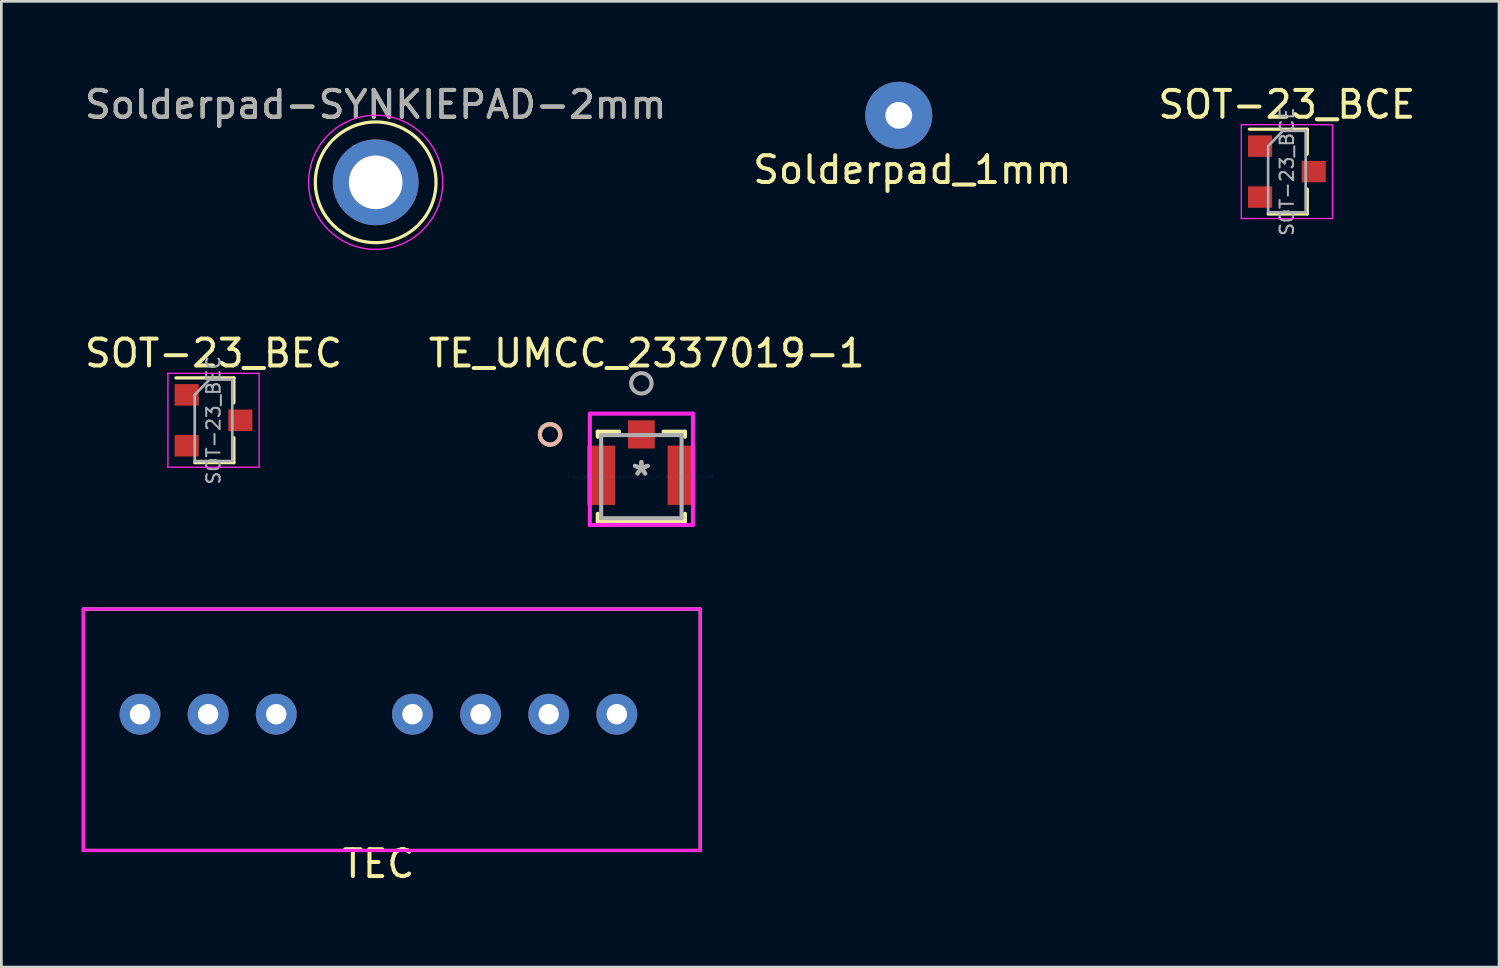
<source format=kicad_pcb>
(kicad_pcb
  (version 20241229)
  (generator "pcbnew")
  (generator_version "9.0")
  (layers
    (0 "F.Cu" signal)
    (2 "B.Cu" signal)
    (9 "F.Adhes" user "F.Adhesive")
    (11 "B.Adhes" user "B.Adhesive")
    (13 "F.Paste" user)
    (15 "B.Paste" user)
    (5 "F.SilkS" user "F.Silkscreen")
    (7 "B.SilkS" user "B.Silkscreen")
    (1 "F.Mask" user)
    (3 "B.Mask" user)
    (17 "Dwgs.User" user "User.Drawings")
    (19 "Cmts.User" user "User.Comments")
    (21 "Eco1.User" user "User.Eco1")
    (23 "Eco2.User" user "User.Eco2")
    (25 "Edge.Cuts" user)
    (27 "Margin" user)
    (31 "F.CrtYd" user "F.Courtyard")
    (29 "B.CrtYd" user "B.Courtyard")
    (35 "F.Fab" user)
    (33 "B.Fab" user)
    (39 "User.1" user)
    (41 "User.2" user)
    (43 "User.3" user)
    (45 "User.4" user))
  (footprint "TEC"
    (layer "F.Cu")
    (at 11.06 28.661)
    (property "Reference" "TEC" (at 0 0.5 0) (layer "F.SilkS") (effects (font (size 1 1) (thickness 0.15))))
    (attr through_hole)
    (fp_line (start -11 -9) (end -11 0) (stroke (width 0.12) (type solid)) (layer "F.SilkS"))
    (fp_line (start -11 0) (end 12 0) (stroke (width 0.12) (type solid)) (layer "F.SilkS"))
    (fp_line (start 12 -9) (end -11 -9) (stroke (width 0.12) (type solid)) (layer "F.SilkS"))
    (fp_line (start 12 0) (end 12 -9) (stroke (width 0.12) (type solid)) (layer "F.SilkS"))
    (fp_line (start -11 -9) (end -11 0) (stroke (width 0.12) (type solid)) (layer "F.CrtYd"))
    (fp_line (start -11 0) (end 12 0) (stroke (width 0.12) (type solid)) (layer "F.CrtYd"))
    (fp_line (start 12 -9) (end -11 -9) (stroke (width 0.12) (type solid)) (layer "F.CrtYd"))
    (fp_line (start 12 -5) (end 12 -9) (stroke (width 0.12) (type solid)) (layer "F.CrtYd"))
    (fp_line (start 12 0) (end 12 -5) (stroke (width 0.12) (type solid)) (layer "F.CrtYd"))
    (pad "1" thru_hole circle (at -8.89 -5.08) (size 1.524 1.524) (drill 0.762) (layers "*.Cu" "*.Mask"))
    (pad "2" thru_hole circle (at -6.35 -5.08) (size 1.524 1.524) (drill 0.762) (layers "*.Cu" "*.Mask"))
    (pad "3" thru_hole circle (at -3.81 -5.08) (size 1.524 1.524) (drill 0.762) (layers "*.Cu" "*.Mask"))
    (pad "5" thru_hole circle (at 1.27 -5.08) (size 1.524 1.524) (drill 0.762) (layers "*.Cu" "*.Mask"))
    (pad "6" thru_hole circle (at 3.81 -5.08) (size 1.524 1.524) (drill 0.762) (layers "*.Cu" "*.Mask"))
    (pad "7" thru_hole circle (at 6.35 -5.08) (size 1.524 1.524) (drill 0.762) (layers "*.Cu" "*.Mask"))
    (pad "8" thru_hole circle (at 8.89 -5.08) (size 1.524 1.524) (drill 0.762) (layers "*.Cu" "*.Mask")))
  (footprint "Solderpad-SYNKIEPAD-2mm"
    (layer "F.Cu")
    (at 10.958 3.748)
    (property "Reference" "Solderpad-SYNKIEPAD-2mm" (at 0 -2.898 0) (layer "F.SilkS") (effects (font (size 1 1) (thickness 0.15))))
    (attr exclude_from_pos_files exclude_from_bom)
    (fp_circle (center 0 0) (end 0 2.25) (stroke (width 0.12) (type solid)) (fill no) (layer "F.SilkS"))
    (fp_circle (center 0 0) (end 2.5 0) (stroke (width 0.05) (type solid)) (fill no) (layer "F.CrtYd"))
    (fp_text user "${REFERENCE}" (at 0 -2.9 0) (layer "F.Fab") (effects (font (size 1 1) (thickness 0.15))))
    (pad "1" thru_hole circle (at 0 0) (size 3.2 3.2) (drill 2) (layers "*.Cu" "*.Mask")))
  (footprint "TE_UMCC_2337019-1"
    (layer "F.Cu")
    (at 20.865 14.722)
    (property "Reference" "TE_UMCC_2337019-1" (at 0.2 -4.6 0) (layer "F.SilkS") (effects (font (size 1 1) (thickness 0.15))))
    (attr through_hole)
    (fp_line (start -1.626 -1.676) (end -1.626 -1.487) (stroke (width 0.152) (type solid)) (layer "F.SilkS"))
    (fp_line (start -1.626 1.388) (end -1.626 1.676) (stroke (width 0.152) (type solid)) (layer "F.SilkS"))
    (fp_line (start -1.626 1.676) (end 1.626 1.676) (stroke (width 0.152) (type solid)) (layer "F.SilkS"))
    (fp_line (start -0.828 -1.676) (end -1.626 -1.676) (stroke (width 0.152) (type solid)) (layer "F.SilkS"))
    (fp_line (start 1.626 -1.676) (end 0.828 -1.676) (stroke (width 0.152) (type solid)) (layer "F.SilkS"))
    (fp_line (start 1.626 -1.487) (end 1.626 -1.676) (stroke (width 0.152) (type solid)) (layer "F.SilkS"))
    (fp_line (start 1.626 1.676) (end 1.626 1.388) (stroke (width 0.152) (type solid)) (layer "F.SilkS"))
    (fp_circle (center -3.404 -1.574) (end -3.023 -1.574) (stroke (width 0.152) (type solid)) (fill no) (layer "F.SilkS"))
    (fp_circle (center -3.404 -1.574) (end -3.023 -1.574) (stroke (width 0.152) (type solid)) (fill no) (layer "B.SilkS"))
    (fp_line (start -1.922 -2.349) (end -1.922 1.803) (stroke (width 0.152) (type solid)) (layer "F.CrtYd"))
    (fp_line (start -1.922 1.803) (end 1.922 1.803) (stroke (width 0.152) (type solid)) (layer "F.CrtYd"))
    (fp_line (start 1.922 -2.349) (end -1.922 -2.349) (stroke (width 0.152) (type solid)) (layer "F.CrtYd"))
    (fp_line (start 1.922 1.803) (end 1.922 -2.349) (stroke (width 0.152) (type solid)) (layer "F.CrtYd"))
    (fp_line (start -1.499 -1.549) (end -1.499 1.549) (stroke (width 0.152) (type solid)) (layer "F.Fab"))
    (fp_line (start -1.499 1.549) (end 1.499 1.549) (stroke (width 0.152) (type solid)) (layer "F.Fab"))
    (fp_line (start 1.499 -1.549) (end -1.499 -1.549) (stroke (width 0.152) (type solid)) (layer "F.Fab"))
    (fp_line (start 1.499 1.549) (end 1.499 -1.549) (stroke (width 0.152) (type solid)) (layer "F.Fab"))
    (fp_circle (center 0 -3.479) (end 0.381 -3.479) (stroke (width 0.152) (type solid)) (fill no) (layer "F.Fab"))
    (fp_text user "*" (at 0 0 0) (layer "F.SilkS") (effects (font (size 1 1) (thickness 0.15))))
    (fp_text user "Copyright 2016 Accelerated Designs. All rights reserved." (at 0 0 0) (layer "Cmts.User") (effects (font (size 0.127 0.127) (thickness 0.002))))
    (fp_text user "*" (at 0 0 0) (layer "F.Fab") (effects (font (size 1 1) (thickness 0.15))))
    (pad "1" smd rect (at 0 -1.574) (size 1 1.05) (layers "F.Cu" "F.Mask" "F.Paste"))
    (pad "2" smd rect (at -1.498 -0.049) (size 1.041 2.21) (layers "F.Cu" "F.Mask" "F.Paste"))
    (pad "3" smd rect (at 1.498 -0.049) (size 1.041 2.21) (layers "F.Cu" "F.Mask" "F.Paste")))
  (footprint "Solderpad_1mm"
    (layer "F.Cu")
    (at 30.97 1.504)
    (property "Reference" "Solderpad_1mm" (at 0 1.778 0) (layer "F.SilkS") (effects (font (size 1 1) (thickness 0.15))))
    (attr through_hole)
    (pad "1" thru_hole circle (at -0.508 -0.254) (size 2.5 2.5) (drill 1) (layers "*.Cu" "*.Mask")))
  (footprint "SOT-23_BEC"
    (layer "F.Cu")
    (at 4.911 12.621)
    (property "Reference" "SOT-23_BEC" (at 0 -2.5 0) (layer "F.SilkS") (effects (font (size 1 1) (thickness 0.15))))
    (attr smd)
    (fp_line (start 0.76 -1.58) (end -1.4 -1.58) (stroke (width 0.12) (type solid)) (layer "F.SilkS"))
    (fp_line (start 0.76 -1.58) (end 0.76 -0.65) (stroke (width 0.12) (type solid)) (layer "F.SilkS"))
    (fp_line (start 0.76 1.58) (end -0.7 1.58) (stroke (width 0.12) (type solid)) (layer "F.SilkS"))
    (fp_line (start 0.76 1.58) (end 0.76 0.65) (stroke (width 0.12) (type solid)) (layer "F.SilkS"))
    (fp_line (start -1.7 -1.75) (end 1.7 -1.75) (stroke (width 0.05) (type solid)) (layer "F.CrtYd"))
    (fp_line (start -1.7 1.75) (end -1.7 -1.75) (stroke (width 0.05) (type solid)) (layer "F.CrtYd"))
    (fp_line (start 1.7 -1.75) (end 1.7 1.75) (stroke (width 0.05) (type solid)) (layer "F.CrtYd"))
    (fp_line (start 1.7 1.75) (end -1.7 1.75) (stroke (width 0.05) (type solid)) (layer "F.CrtYd"))
    (fp_line (start -0.7 -0.95) (end -0.7 1.5) (stroke (width 0.1) (type solid)) (layer "F.Fab"))
    (fp_line (start -0.7 -0.95) (end -0.15 -1.52) (stroke (width 0.1) (type solid)) (layer "F.Fab"))
    (fp_line (start -0.7 1.52) (end 0.7 1.52) (stroke (width 0.1) (type solid)) (layer "F.Fab"))
    (fp_line (start -0.15 -1.52) (end 0.7 -1.52) (stroke (width 0.1) (type solid)) (layer "F.Fab"))
    (fp_line (start 0.7 -1.52) (end 0.7 1.52) (stroke (width 0.1) (type solid)) (layer "F.Fab"))
    (fp_text user "${REFERENCE}" (at 0 0 90) (layer "F.Fab") (effects (font (size 0.5 0.5) (thickness 0.075))))
    (pad "B" smd rect (at -1 -0.95) (size 0.9 0.8) (layers "F.Cu" "F.Mask" "F.Paste"))
    (pad "C" smd rect (at 1 0) (size 0.9 0.8) (layers "F.Cu" "F.Mask" "F.Paste"))
    (pad "E" smd rect (at -1 0.95) (size 0.9 0.8) (layers "F.Cu" "F.Mask" "F.Paste")))
  (footprint "SOT-23_BCE"
    (layer "F.Cu")
    (at 44.935 3.348)
    (property "Reference" "SOT-23_BCE" (at 0 -2.5 0) (layer "F.SilkS") (effects (font (size 1 1) (thickness 0.15))))
    (attr smd)
    (fp_line (start 0.76 -1.58) (end -1.4 -1.58) (stroke (width 0.12) (type solid)) (layer "F.SilkS"))
    (fp_line (start 0.76 -1.58) (end 0.76 -0.65) (stroke (width 0.12) (type solid)) (layer "F.SilkS"))
    (fp_line (start 0.76 1.58) (end -0.7 1.58) (stroke (width 0.12) (type solid)) (layer "F.SilkS"))
    (fp_line (start 0.76 1.58) (end 0.76 0.65) (stroke (width 0.12) (type solid)) (layer "F.SilkS"))
    (fp_line (start -1.7 -1.75) (end 1.7 -1.75) (stroke (width 0.05) (type solid)) (layer "F.CrtYd"))
    (fp_line (start -1.7 1.75) (end -1.7 -1.75) (stroke (width 0.05) (type solid)) (layer "F.CrtYd"))
    (fp_line (start 1.7 -1.75) (end 1.7 1.75) (stroke (width 0.05) (type solid)) (layer "F.CrtYd"))
    (fp_line (start 1.7 1.75) (end -1.7 1.75) (stroke (width 0.05) (type solid)) (layer "F.CrtYd"))
    (fp_line (start -0.7 -0.95) (end -0.7 1.5) (stroke (width 0.1) (type solid)) (layer "F.Fab"))
    (fp_line (start -0.7 -0.95) (end -0.15 -1.52) (stroke (width 0.1) (type solid)) (layer "F.Fab"))
    (fp_line (start -0.7 1.52) (end 0.7 1.52) (stroke (width 0.1) (type solid)) (layer "F.Fab"))
    (fp_line (start -0.15 -1.52) (end 0.7 -1.52) (stroke (width 0.1) (type solid)) (layer "F.Fab"))
    (fp_line (start 0.7 -1.52) (end 0.7 1.52) (stroke (width 0.1) (type solid)) (layer "F.Fab"))
    (fp_text user "${REFERENCE}" (at 0 0 90) (layer "F.Fab") (effects (font (size 0.5 0.5) (thickness 0.075))))
    (pad "B" smd rect (at -1 -0.95) (size 0.9 0.8) (layers "F.Cu" "F.Mask" "F.Paste"))
    (pad "C" smd rect (at -1 0.95) (size 0.9 0.8) (layers "F.Cu" "F.Mask" "F.Paste"))
    (pad "E" smd rect (at 1 0) (size 0.9 0.8) (layers "F.Cu" "F.Mask" "F.Paste")))
  (gr_rect
    (start -3 -3)
    (end 52.845 33.009)
    (stroke (width 0.1) (type default))
    (fill no)
    (layer "Edge.Cuts")))
</source>
